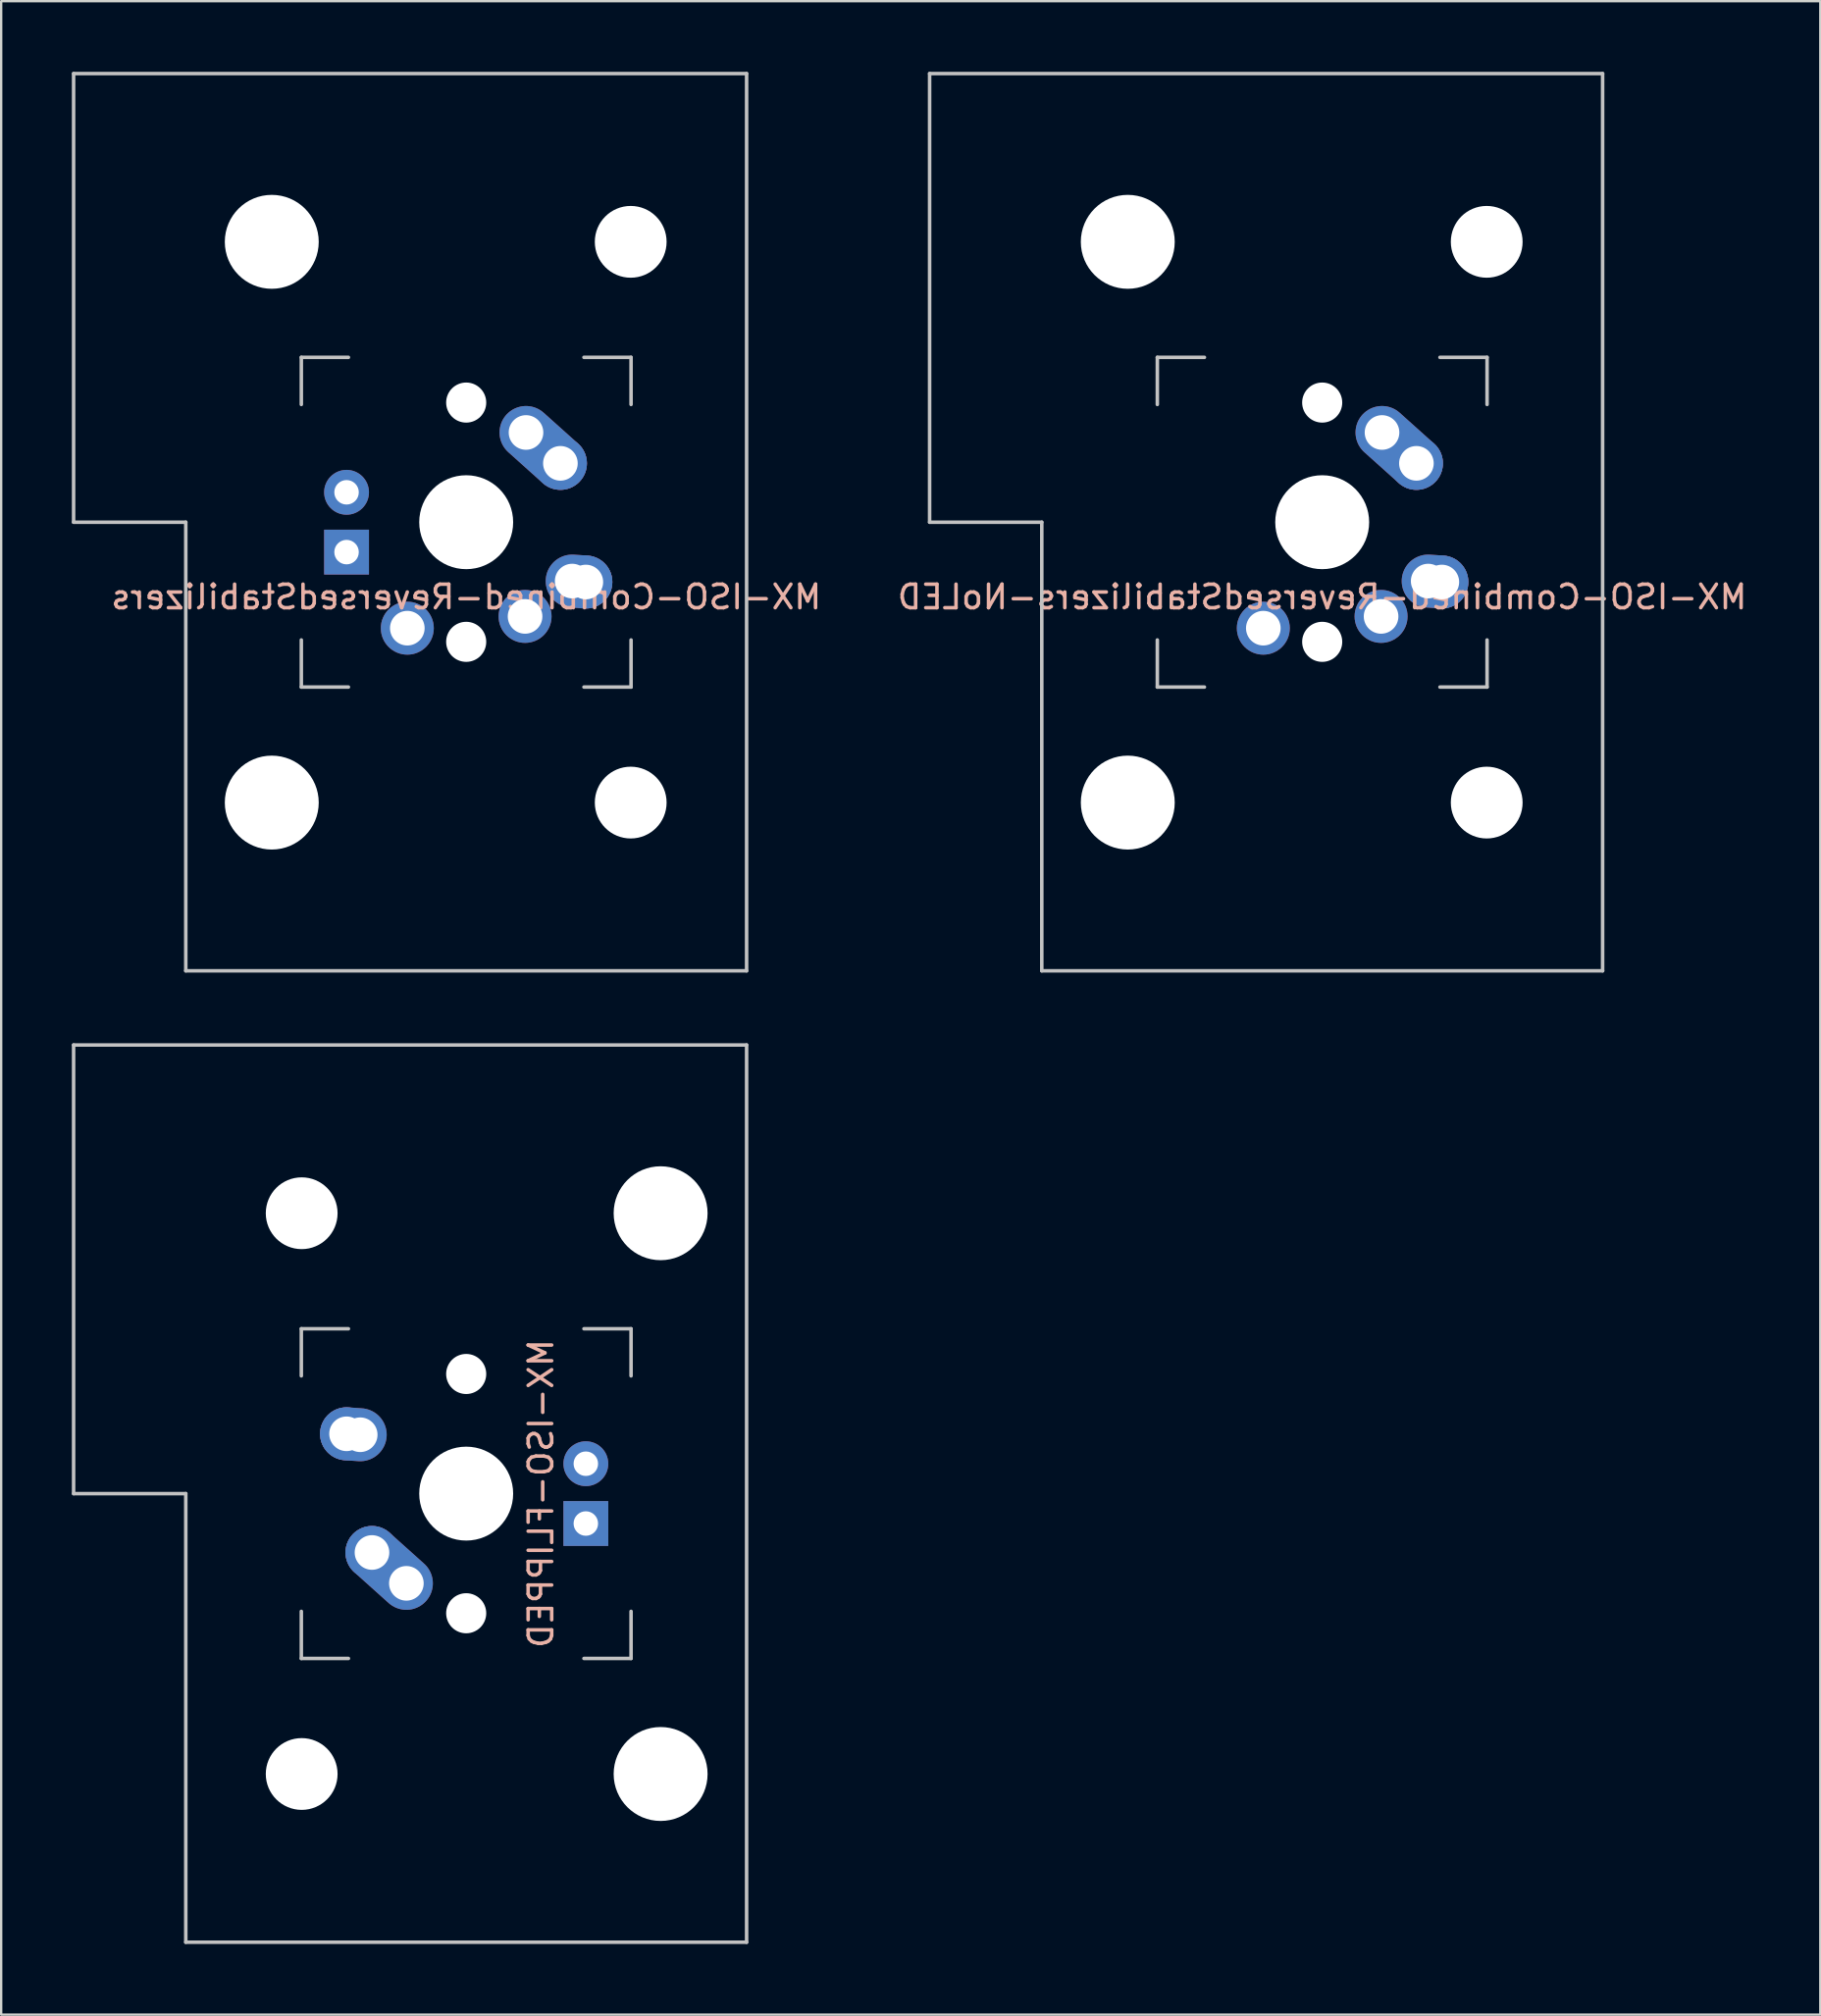
<source format=kicad_pcb>
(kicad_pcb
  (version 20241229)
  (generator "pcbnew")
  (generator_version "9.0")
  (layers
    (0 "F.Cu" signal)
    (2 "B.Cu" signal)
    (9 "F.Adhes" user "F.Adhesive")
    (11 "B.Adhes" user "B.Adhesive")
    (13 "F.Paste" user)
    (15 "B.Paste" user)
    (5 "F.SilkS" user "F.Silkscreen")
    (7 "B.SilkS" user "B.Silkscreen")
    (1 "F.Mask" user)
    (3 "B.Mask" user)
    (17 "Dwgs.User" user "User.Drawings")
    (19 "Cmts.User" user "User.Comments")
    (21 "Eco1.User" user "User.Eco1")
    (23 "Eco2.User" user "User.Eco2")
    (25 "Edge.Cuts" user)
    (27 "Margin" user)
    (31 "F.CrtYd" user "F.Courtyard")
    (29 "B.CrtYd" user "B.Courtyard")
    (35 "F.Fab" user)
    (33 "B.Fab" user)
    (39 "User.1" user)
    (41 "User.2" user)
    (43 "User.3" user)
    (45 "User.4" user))
  (footprint "MX-ISO-FLIPPED"
    (layer "F.Cu")
    (at 16.744 60.375)
    (property "Reference" "MX-ISO-FLIPPED" (at 3.175 0 90) (layer "B.SilkS") (effects (font (size 1 1) (thickness 0.15)) (justify mirror)))
    (attr through_hole)
    (fp_line (start -16.669 -19.05) (end -16.669 0) (stroke (width 0.15) (type solid)) (layer "Dwgs.User"))
    (fp_line (start -16.669 -19.05) (end 11.906 -19.05) (stroke (width 0.15) (type solid)) (layer "Dwgs.User"))
    (fp_line (start -11.906 0) (end -16.669 0) (stroke (width 0.15) (type solid)) (layer "Dwgs.User"))
    (fp_line (start -11.906 19.05) (end -11.906 0) (stroke (width 0.15) (type solid)) (layer "Dwgs.User"))
    (fp_line (start -11.906 19.05) (end 11.906 19.05) (stroke (width 0.15) (type solid)) (layer "Dwgs.User"))
    (fp_line (start -7 -7) (end -7 -5) (stroke (width 0.15) (type solid)) (layer "Dwgs.User"))
    (fp_line (start -7 5) (end -7 7) (stroke (width 0.15) (type solid)) (layer "Dwgs.User"))
    (fp_line (start -7 7) (end -5 7) (stroke (width 0.15) (type solid)) (layer "Dwgs.User"))
    (fp_line (start -5 -7) (end -7 -7) (stroke (width 0.15) (type solid)) (layer "Dwgs.User"))
    (fp_line (start 5 -7) (end 7 -7) (stroke (width 0.15) (type solid)) (layer "Dwgs.User"))
    (fp_line (start 5 7) (end 7 7) (stroke (width 0.15) (type solid)) (layer "Dwgs.User"))
    (fp_line (start 7 -7) (end 7 -5) (stroke (width 0.15) (type solid)) (layer "Dwgs.User"))
    (fp_line (start 7 7) (end 7 5) (stroke (width 0.15) (type solid)) (layer "Dwgs.User"))
    (fp_line (start 11.906 -19.05) (end 11.906 19.05) (stroke (width 0.15) (type solid)) (layer "Dwgs.User"))
    (pad "" np_thru_hole circle (at -6.985 -11.906) (size 3.048 3.048) (drill 3.048) (layers "*.Cu" "*.Mask"))
    (pad "" np_thru_hole circle (at -6.985 11.906) (size 3.048 3.048) (drill 3.048) (layers "*.Cu" "*.Mask"))
    (pad "" np_thru_hole circle (at 0 -5.08 48.1) (size 1.702 1.702) (drill 1.702) (layers "*.Cu" "*.Mask"))
    (pad "" np_thru_hole circle (at 0 0) (size 3.988 3.988) (drill 3.988) (layers "*.Cu" "*.Mask"))
    (pad "" np_thru_hole circle (at 0 5.08 48.1) (size 1.702 1.702) (drill 1.702) (layers "*.Cu" "*.Mask"))
    (pad "" np_thru_hole circle (at 8.255 -11.906) (size 3.988 3.988) (drill 3.988) (layers "*.Cu" "*.Mask"))
    (pad "" np_thru_hole circle (at 8.255 11.906) (size 3.988 3.988) (drill 3.988) (layers "*.Cu" "*.Mask"))
    (pad "1" thru_hole circle (at -4 2.5) (size 2.25 2.25) (drill 1.47) (layers "*.Cu" "*.Mask"))
    (pad "1" thru_hole oval (at -2.54 3.81 138.1) (size 4.212 2.25) (drill 1.47 (offset 0.981 0)) (layers "*.Cu" "*.Mask"))
    (pad "2" thru_hole circle (at -5.08 -2.54) (size 2.25 2.25) (drill 1.47) (layers "*.Cu" "*.Mask"))
    (pad "2" thru_hole oval (at -4.5 -2.5 176.055) (size 2.831 2.25) (drill 1.47 (offset 0.291 0)) (layers "*.Cu" "*.Mask"))
    (pad "3" thru_hole circle (at 5.08 -1.27) (size 1.905 1.905) (drill 1.04) (layers "*.Cu" "*.Mask"))
    (pad "4" thru_hole rect (at 5.08 1.27) (size 1.905 1.905) (drill 1.04) (layers "*.Cu" "*.Mask")))
  (footprint "MX-ISO-Combined-ReversedStabilizers"
    (layer "F.Cu")
    (at 16.744 19.125)
    (property "Reference" "MX-ISO-Combined-ReversedStabilizers" (at 0 3.175 0) (layer "B.SilkS") (effects (font (size 1 1) (thickness 0.15)) (justify mirror)))
    (attr through_hole)
    (fp_line (start -16.669 -19.05) (end -16.669 0) (stroke (width 0.15) (type solid)) (layer "Dwgs.User"))
    (fp_line (start -16.669 -19.05) (end 11.906 -19.05) (stroke (width 0.15) (type solid)) (layer "Dwgs.User"))
    (fp_line (start -11.906 0) (end -16.669 0) (stroke (width 0.15) (type solid)) (layer "Dwgs.User"))
    (fp_line (start -11.906 19.05) (end -11.906 0) (stroke (width 0.15) (type solid)) (layer "Dwgs.User"))
    (fp_line (start -11.906 19.05) (end 11.906 19.05) (stroke (width 0.15) (type solid)) (layer "Dwgs.User"))
    (fp_line (start -7 -7) (end -7 -5) (stroke (width 0.15) (type solid)) (layer "Dwgs.User"))
    (fp_line (start -7 5) (end -7 7) (stroke (width 0.15) (type solid)) (layer "Dwgs.User"))
    (fp_line (start -7 7) (end -5 7) (stroke (width 0.15) (type solid)) (layer "Dwgs.User"))
    (fp_line (start -5 -7) (end -7 -7) (stroke (width 0.15) (type solid)) (layer "Dwgs.User"))
    (fp_line (start 5 -7) (end 7 -7) (stroke (width 0.15) (type solid)) (layer "Dwgs.User"))
    (fp_line (start 5 7) (end 7 7) (stroke (width 0.15) (type solid)) (layer "Dwgs.User"))
    (fp_line (start 7 -7) (end 7 -5) (stroke (width 0.15) (type solid)) (layer "Dwgs.User"))
    (fp_line (start 7 7) (end 7 5) (stroke (width 0.15) (type solid)) (layer "Dwgs.User"))
    (fp_line (start 11.906 -19.05) (end 11.906 19.05) (stroke (width 0.15) (type solid)) (layer "Dwgs.User"))
    (pad "" np_thru_hole circle (at -8.255 -11.906) (size 3.988 3.988) (drill 3.988) (layers "*.Cu" "*.Mask"))
    (pad "" np_thru_hole circle (at -8.255 11.906) (size 3.988 3.988) (drill 3.988) (layers "*.Cu" "*.Mask"))
    (pad "" np_thru_hole circle (at 0 -5.08 48.1) (size 1.702 1.702) (drill 1.702) (layers "*.Cu" "*.Mask"))
    (pad "" np_thru_hole circle (at 0 0) (size 3.988 3.988) (drill 3.988) (layers "*.Cu" "*.Mask"))
    (pad "" np_thru_hole circle (at 0 5.08 48.1) (size 1.702 1.702) (drill 1.702) (layers "*.Cu" "*.Mask"))
    (pad "" np_thru_hole circle (at 6.985 -11.906) (size 3.048 3.048) (drill 3.048) (layers "*.Cu" "*.Mask"))
    (pad "" np_thru_hole circle (at 6.985 11.906) (size 3.048 3.048) (drill 3.048) (layers "*.Cu" "*.Mask"))
    (pad "1" thru_hole circle (at 2.5 4) (size 2.25 2.25) (drill 1.47) (layers "*.Cu" "*.Mask"))
    (pad "1" thru_hole oval (at 4.5 2.5 356.055) (size 2.831 2.25) (drill 1.47 (offset 0.291 0)) (layers "*.Cu" "*.Mask"))
    (pad "1" thru_hole circle (at 5.08 2.54) (size 2.25 2.25) (drill 1.47) (layers "*.Cu" "*.Mask"))
    (pad "2" thru_hole circle (at -2.5 4.5) (size 2.25 2.25) (drill 1.47) (layers "*.Cu" "*.Mask"))
    (pad "2" thru_hole oval (at 2.54 -3.81 318.1) (size 4.212 2.25) (drill 1.47 (offset 0.981 0)) (layers "*.Cu" "*.Mask"))
    (pad "2" thru_hole circle (at 4 -2.5) (size 2.25 2.25) (drill 1.47) (layers "*.Cu" "*.Mask"))
    (pad "3" thru_hole circle (at -5.08 -1.27) (size 1.905 1.905) (drill 1.04) (layers "*.Cu" "*.Mask"))
    (pad "4" thru_hole rect (at -5.08 1.27) (size 1.905 1.905) (drill 1.04) (layers "*.Cu" "*.Mask")))
  (footprint "MX-ISO-Combined-ReversedStabilizers-NoLED"
    (layer "F.Cu")
    (at 53.089 19.125)
    (property "Reference" "MX-ISO-Combined-ReversedStabilizers-NoLED" (at 0 3.175 0) (layer "B.SilkS") (effects (font (size 1 1) (thickness 0.15)) (justify mirror)))
    (attr through_hole)
    (fp_line (start -16.669 -19.05) (end -16.669 0) (stroke (width 0.15) (type solid)) (layer "Dwgs.User"))
    (fp_line (start -16.669 -19.05) (end 11.906 -19.05) (stroke (width 0.15) (type solid)) (layer "Dwgs.User"))
    (fp_line (start -11.906 0) (end -16.669 0) (stroke (width 0.15) (type solid)) (layer "Dwgs.User"))
    (fp_line (start -11.906 19.05) (end -11.906 0) (stroke (width 0.15) (type solid)) (layer "Dwgs.User"))
    (fp_line (start -11.906 19.05) (end 11.906 19.05) (stroke (width 0.15) (type solid)) (layer "Dwgs.User"))
    (fp_line (start -7 -7) (end -7 -5) (stroke (width 0.15) (type solid)) (layer "Dwgs.User"))
    (fp_line (start -7 5) (end -7 7) (stroke (width 0.15) (type solid)) (layer "Dwgs.User"))
    (fp_line (start -7 7) (end -5 7) (stroke (width 0.15) (type solid)) (layer "Dwgs.User"))
    (fp_line (start -5 -7) (end -7 -7) (stroke (width 0.15) (type solid)) (layer "Dwgs.User"))
    (fp_line (start 5 -7) (end 7 -7) (stroke (width 0.15) (type solid)) (layer "Dwgs.User"))
    (fp_line (start 5 7) (end 7 7) (stroke (width 0.15) (type solid)) (layer "Dwgs.User"))
    (fp_line (start 7 -7) (end 7 -5) (stroke (width 0.15) (type solid)) (layer "Dwgs.User"))
    (fp_line (start 7 7) (end 7 5) (stroke (width 0.15) (type solid)) (layer "Dwgs.User"))
    (fp_line (start 11.906 -19.05) (end 11.906 19.05) (stroke (width 0.15) (type solid)) (layer "Dwgs.User"))
    (pad "" np_thru_hole circle (at -8.255 -11.906) (size 3.988 3.988) (drill 3.988) (layers "*.Cu" "*.Mask"))
    (pad "" np_thru_hole circle (at -8.255 11.906) (size 3.988 3.988) (drill 3.988) (layers "*.Cu" "*.Mask"))
    (pad "" np_thru_hole circle (at 0 -5.08 48.1) (size 1.702 1.702) (drill 1.702) (layers "*.Cu" "*.Mask"))
    (pad "" np_thru_hole circle (at 0 0) (size 3.988 3.988) (drill 3.988) (layers "*.Cu" "*.Mask"))
    (pad "" np_thru_hole circle (at 0 5.08 48.1) (size 1.702 1.702) (drill 1.702) (layers "*.Cu" "*.Mask"))
    (pad "" np_thru_hole circle (at 6.985 -11.906) (size 3.048 3.048) (drill 3.048) (layers "*.Cu" "*.Mask"))
    (pad "" np_thru_hole circle (at 6.985 11.906) (size 3.048 3.048) (drill 3.048) (layers "*.Cu" "*.Mask"))
    (pad "1" thru_hole circle (at 2.5 4) (size 2.25 2.25) (drill 1.47) (layers "*.Cu" "*.Mask"))
    (pad "1" thru_hole oval (at 4.5 2.5 356.055) (size 2.831 2.25) (drill 1.47 (offset 0.291 0)) (layers "*.Cu" "*.Mask"))
    (pad "1" thru_hole circle (at 5.08 2.54) (size 2.25 2.25) (drill 1.47) (layers "*.Cu" "*.Mask"))
    (pad "2" thru_hole circle (at -2.5 4.5) (size 2.25 2.25) (drill 1.47) (layers "*.Cu" "*.Mask"))
    (pad "2" thru_hole oval (at 2.54 -3.81 318.1) (size 4.212 2.25) (drill 1.47 (offset 0.981 0)) (layers "*.Cu" "*.Mask"))
    (pad "2" thru_hole circle (at 4 -2.5) (size 2.25 2.25) (drill 1.47) (layers "*.Cu" "*.Mask")))
  (gr_rect
    (start -3 -3)
    (end 74.238 82.5)
    (stroke (width 0.1) (type default))
    (fill no)
    (layer "Edge.Cuts")))
</source>
